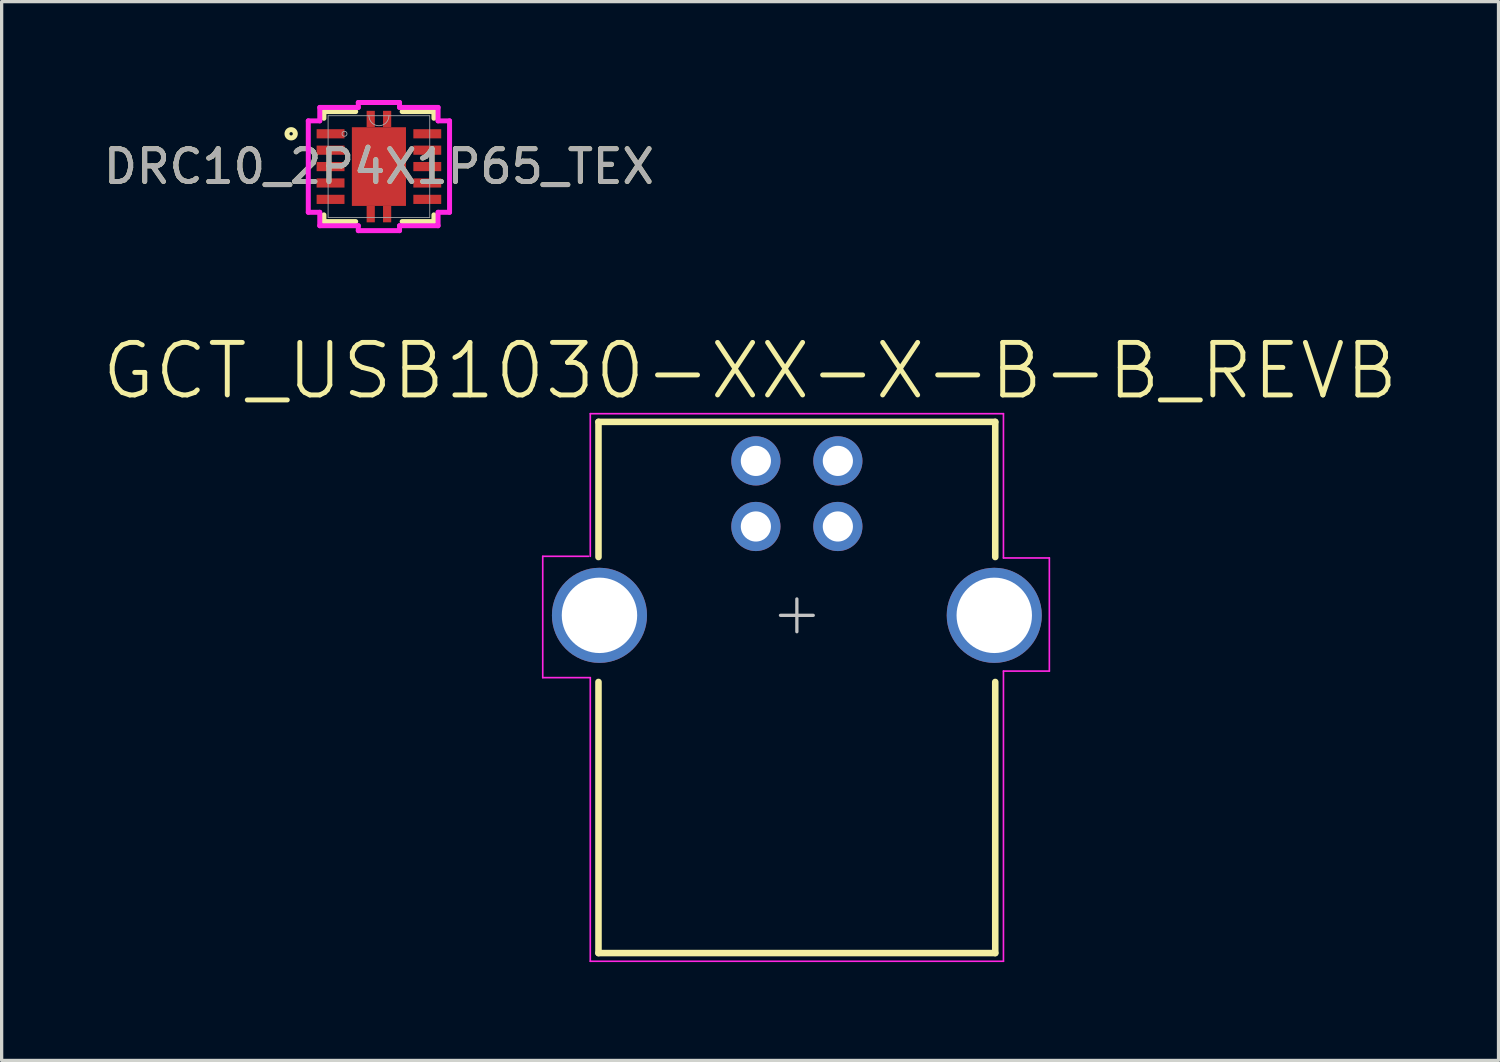
<source format=kicad_pcb>
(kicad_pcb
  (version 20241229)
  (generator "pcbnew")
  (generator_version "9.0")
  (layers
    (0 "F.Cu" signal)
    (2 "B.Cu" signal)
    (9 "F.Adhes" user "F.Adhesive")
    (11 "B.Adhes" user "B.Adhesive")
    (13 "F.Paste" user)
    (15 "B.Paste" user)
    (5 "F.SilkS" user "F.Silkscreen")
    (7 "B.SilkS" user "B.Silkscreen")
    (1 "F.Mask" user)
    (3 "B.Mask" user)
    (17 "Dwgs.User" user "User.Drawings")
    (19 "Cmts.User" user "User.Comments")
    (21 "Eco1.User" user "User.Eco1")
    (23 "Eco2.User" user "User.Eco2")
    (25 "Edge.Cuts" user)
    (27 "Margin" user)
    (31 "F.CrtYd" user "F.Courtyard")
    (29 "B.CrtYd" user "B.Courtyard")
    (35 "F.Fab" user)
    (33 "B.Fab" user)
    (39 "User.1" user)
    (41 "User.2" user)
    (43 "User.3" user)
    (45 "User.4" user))
  (footprint "GCT_USB1030-XX-X-B-B_REVB"
    (layer "F.Cu")
    (at 21.252 15.716)
    (property "Reference" "GCT_USB1030-XX-X-B-B_REVB" (at -1.427 -7.455 0) (layer "F.SilkS") (effects (font (size 1.602 1.602) (thickness 0.15))))
    (attr through_hole)
    (fp_line (start -6.05 -5.9) (end 6.05 -5.9) (stroke (width 0.2) (type solid)) (layer "F.SilkS"))
    (fp_line (start -6.05 -1.778) (end -6.05 -5.9) (stroke (width 0.2) (type solid)) (layer "F.SilkS"))
    (fp_line (start -6.05 10.3) (end -6.05 2.032) (stroke (width 0.2) (type solid)) (layer "F.SilkS"))
    (fp_line (start -6.05 10.3) (end 6.05 10.3) (stroke (width 0.2) (type solid)) (layer "F.SilkS"))
    (fp_line (start 6.05 -1.778) (end 6.05 -5.9) (stroke (width 0.2) (type solid)) (layer "F.SilkS"))
    (fp_line (start 6.05 10.3) (end 6.05 2.032) (stroke (width 0.2) (type solid)) (layer "F.SilkS"))
    (fp_line (start -0.5 0) (end 0.5 0) (stroke (width 0.1) (type solid)) (layer "Dwgs.User"))
    (fp_line (start 0 0.5) (end 0 -0.5) (stroke (width 0.1) (type solid)) (layer "Dwgs.User"))
    (fp_line (start -7.75 -1.8) (end -6.35 -1.8) (stroke (width 0.05) (type solid)) (layer "F.CrtYd"))
    (fp_line (start -7.75 1.9) (end -7.75 -1.8) (stroke (width 0.05) (type solid)) (layer "F.CrtYd"))
    (fp_line (start -7.75 1.9) (end -6.3 1.9) (stroke (width 0.05) (type solid)) (layer "F.CrtYd"))
    (fp_line (start -6.3 -6.15) (end 6.3 -6.15) (stroke (width 0.05) (type solid)) (layer "F.CrtYd"))
    (fp_line (start -6.3 -1.8) (end -6.3 -6.15) (stroke (width 0.05) (type solid)) (layer "F.CrtYd"))
    (fp_line (start -6.3 10.55) (end -6.3 1.9) (stroke (width 0.05) (type solid)) (layer "F.CrtYd"))
    (fp_line (start -6.3 10.55) (end 6.3 10.55) (stroke (width 0.05) (type solid)) (layer "F.CrtYd"))
    (fp_line (start 6.3 -1.75) (end 6.3 -6.15) (stroke (width 0.05) (type solid)) (layer "F.CrtYd"))
    (fp_line (start 6.3 -1.75) (end 7.7 -1.75) (stroke (width 0.05) (type solid)) (layer "F.CrtYd"))
    (fp_line (start 6.3 1.7) (end 7.7 1.7) (stroke (width 0.05) (type solid)) (layer "F.CrtYd"))
    (fp_line (start 6.3 10.55) (end 6.3 1.7) (stroke (width 0.05) (type solid)) (layer "F.CrtYd"))
    (fp_line (start 7.7 1.7) (end 7.7 -1.75) (stroke (width 0.05) (type solid)) (layer "F.CrtYd"))
    (pad "1" thru_hole circle (at 1.25 -4.71) (size 1.5 1.5) (drill 0.92) (layers "*.Cu" "*.Mask"))
    (pad "2" thru_hole circle (at -1.25 -4.71) (size 1.5 1.5) (drill 0.92) (layers "*.Cu" "*.Mask"))
    (pad "3" thru_hole circle (at -1.25 -2.71) (size 1.5 1.5) (drill 0.92) (layers "*.Cu" "*.Mask"))
    (pad "4" thru_hole circle (at 1.25 -2.71) (size 1.5 1.5) (drill 0.92) (layers "*.Cu" "*.Mask"))
    (pad "5" thru_hole circle (at -6.02 0) (size 2.9 2.9) (drill 2.3) (layers "*.Cu" "*.Mask"))
    (pad "6" thru_hole circle (at 6.02 0) (size 2.9 2.9) (drill 2.3) (layers "*.Cu" "*.Mask")))
  (footprint "DRC10_2P4X1P65_TEX"
    (layer "F.Cu")
    (at 8.506 2.03)
    (property "Reference" "DRC10_2P4X1P65_TEX" (at 0 0 0) (unlocked yes) (layer "F.SilkS") (effects (font (size 1 1) (thickness 0.15))))
    (attr smd)
    (fp_poly (pts (xy -0.125 -1.2) (xy -0.125 -1.7) (xy -0.375 -1.7) (xy -0.375 -1.2)) (stroke (width 0) (type solid)) (fill yes) (layer "F.Cu"))
    (fp_poly (pts (xy -0.125 1.2) (xy -0.125 1.7) (xy -0.375 1.7) (xy -0.375 1.2)) (stroke (width 0) (type solid)) (fill yes) (layer "F.Cu"))
    (fp_poly (pts (xy 0.125 -1.2) (xy 0.125 -1.7) (xy 0.375 -1.7) (xy 0.375 -1.2)) (stroke (width 0) (type solid)) (fill yes) (layer "F.Cu"))
    (fp_poly (pts (xy 0.125 1.2) (xy 0.125 1.7) (xy 0.375 1.7) (xy 0.375 1.2)) (stroke (width 0) (type solid)) (fill yes) (layer "F.Cu"))
    (fp_poly (pts (xy -0.125 -1.2) (xy -0.125 -1.7) (xy -0.375 -1.7) (xy -0.375 -1.2)) (stroke (width 0) (type solid)) (fill yes) (layer "F.Mask"))
    (fp_poly (pts (xy -0.125 1.2) (xy -0.125 1.7) (xy -0.375 1.7) (xy -0.375 1.2)) (stroke (width 0) (type solid)) (fill yes) (layer "F.Mask"))
    (fp_poly (pts (xy 0.125 -1.2) (xy 0.125 -1.7) (xy 0.375 -1.7) (xy 0.375 -1.2)) (stroke (width 0) (type solid)) (fill yes) (layer "F.Mask"))
    (fp_poly (pts (xy 0.125 1.2) (xy 0.125 1.7) (xy 0.375 1.7) (xy 0.375 1.2)) (stroke (width 0) (type solid)) (fill yes) (layer "F.Mask"))
    (fp_poly (pts (xy -0.895 -1.27) (xy -0.895 1.27) (xy -0.445 1.27) (xy -0.445 1.77) (xy -0.055 1.77) (xy -0.055 1.27) (xy 0.055 1.27) (xy 0.055 1.77) (xy 0.445 1.77) (xy 0.445 1.27) (xy 0.895 1.27) (xy 0.895 -1.27) (xy 0.445 -1.27) (xy 0.445 -1.77) (xy 0.055 -1.77) (xy 0.055 -1.333) (xy 0.055 -1.27) (xy -0.055 -1.27) (xy -0.055 -1.77) (xy -0.445 -1.77) (xy -0.445 -1.27)) (stroke (width 0) (type solid)) (fill yes) (layer "F.Mask"))
    (fp_line (start -1.677 -1.677) (end -1.677 -1.473) (stroke (width 0.152) (type solid)) (layer "F.SilkS"))
    (fp_line (start -1.677 1.473) (end -1.677 1.677) (stroke (width 0.152) (type solid)) (layer "F.SilkS"))
    (fp_line (start -1.677 1.677) (end -0.708 1.677) (stroke (width 0.152) (type solid)) (layer "F.SilkS"))
    (fp_line (start -0.708 -1.677) (end -1.677 -1.677) (stroke (width 0.152) (type solid)) (layer "F.SilkS"))
    (fp_line (start 0.708 1.677) (end 1.677 1.677) (stroke (width 0.152) (type solid)) (layer "F.SilkS"))
    (fp_line (start 1.677 -1.677) (end 0.708 -1.677) (stroke (width 0.152) (type solid)) (layer "F.SilkS"))
    (fp_line (start 1.677 -1.473) (end 1.677 -1.677) (stroke (width 0.152) (type solid)) (layer "F.SilkS"))
    (fp_line (start 1.677 1.677) (end 1.677 1.473) (stroke (width 0.152) (type solid)) (layer "F.SilkS"))
    (fp_circle (center -2.677 -1) (end -2.55 -1) (stroke (width 0.152) (type solid)) (fill no) (layer "F.SilkS"))
    (fp_poly (pts (xy -0.375 -1.7) (xy -0.125 -1.7) (xy -0.125 -1.2) (xy 0.125 -1.2) (xy 0.125 -1.7) (xy 0.375 -1.7) (xy 0.375 -1.2) (xy 0.825 -1.2) (xy 0.825 1.2) (xy 0.375 1.2) (xy 0.375 1.7) (xy 0.125 1.7) (xy 0.125 1.2) (xy -0.125 1.2) (xy -0.125 1.7) (xy -0.375 1.7) (xy -0.375 1.2) (xy -0.825 1.2) (xy -0.825 -1.2) (xy -0.375 -1.2)) (stroke (width 0) (type solid)) (fill yes) (layer "F.Paste"))
    (fp_line (start -2.154 -1.394) (end -2.154 1.394) (stroke (width 0.152) (type solid)) (layer "F.CrtYd"))
    (fp_line (start -2.154 1.394) (end -1.804 1.394) (stroke (width 0.152) (type solid)) (layer "F.CrtYd"))
    (fp_line (start -1.804 -1.804) (end -1.804 -1.394) (stroke (width 0.152) (type solid)) (layer "F.CrtYd"))
    (fp_line (start -1.804 -1.394) (end -2.154 -1.394) (stroke (width 0.152) (type solid)) (layer "F.CrtYd"))
    (fp_line (start -1.804 1.394) (end -1.804 1.804) (stroke (width 0.152) (type solid)) (layer "F.CrtYd"))
    (fp_line (start -1.804 1.804) (end -0.629 1.804) (stroke (width 0.152) (type solid)) (layer "F.CrtYd"))
    (fp_line (start -0.629 -1.954) (end -0.629 -1.804) (stroke (width 0.152) (type solid)) (layer "F.CrtYd"))
    (fp_line (start -0.629 -1.804) (end -1.804 -1.804) (stroke (width 0.152) (type solid)) (layer "F.CrtYd"))
    (fp_line (start -0.629 1.804) (end -0.629 1.954) (stroke (width 0.152) (type solid)) (layer "F.CrtYd"))
    (fp_line (start -0.629 1.954) (end 0.629 1.954) (stroke (width 0.152) (type solid)) (layer "F.CrtYd"))
    (fp_line (start 0.629 -1.954) (end -0.629 -1.954) (stroke (width 0.152) (type solid)) (layer "F.CrtYd"))
    (fp_line (start 0.629 -1.804) (end 0.629 -1.954) (stroke (width 0.152) (type solid)) (layer "F.CrtYd"))
    (fp_line (start 0.629 1.804) (end 1.804 1.804) (stroke (width 0.152) (type solid)) (layer "F.CrtYd"))
    (fp_line (start 0.629 1.954) (end 0.629 1.804) (stroke (width 0.152) (type solid)) (layer "F.CrtYd"))
    (fp_line (start 1.804 -1.804) (end 0.629 -1.804) (stroke (width 0.152) (type solid)) (layer "F.CrtYd"))
    (fp_line (start 1.804 -1.394) (end 1.804 -1.804) (stroke (width 0.152) (type solid)) (layer "F.CrtYd"))
    (fp_line (start 1.804 1.394) (end 2.154 1.394) (stroke (width 0.152) (type solid)) (layer "F.CrtYd"))
    (fp_line (start 1.804 1.804) (end 1.804 1.394) (stroke (width 0.152) (type solid)) (layer "F.CrtYd"))
    (fp_line (start 2.154 -1.394) (end 1.804 -1.394) (stroke (width 0.152) (type solid)) (layer "F.CrtYd"))
    (fp_line (start 2.154 1.394) (end 2.154 -1.394) (stroke (width 0.152) (type solid)) (layer "F.CrtYd"))
    (fp_line (start -1.55 -1.55) (end -1.55 1.55) (stroke (width 0.025) (type solid)) (layer "F.Fab"))
    (fp_line (start -1.55 1.55) (end 1.55 1.55) (stroke (width 0.025) (type solid)) (layer "F.Fab"))
    (fp_line (start 1.55 -1.55) (end -1.55 -1.55) (stroke (width 0.025) (type solid)) (layer "F.Fab"))
    (fp_line (start 1.55 1.55) (end 1.55 -1.55) (stroke (width 0.025) (type solid)) (layer "F.Fab"))
    (fp_arc (start 0.3048 -1.549999) (mid 0 -1.245199) (end -0.3048 -1.549999) (stroke (width 0.0254) (type solid)) (layer "F.Fab"))
    (fp_circle (center -1.05 -1) (end -0.974 -1) (stroke (width 0.025) (type solid)) (fill no) (layer "F.Fab"))
    (fp_text user "${REFERENCE}" (at 0 0 0) (unlocked yes) (layer "F.Fab") (effects (font (size 1 1) (thickness 0.15))))
    (pad "1" smd rect (at -1.475 -1) (size 0.85 0.28) (layers "F.Cu" "F.Mask" "F.Paste"))
    (pad "2" smd rect (at -1.475 -0.5) (size 0.85 0.28) (layers "F.Cu" "F.Mask" "F.Paste"))
    (pad "3" smd rect (at -1.475 0) (size 0.85 0.28) (layers "F.Cu" "F.Mask" "F.Paste"))
    (pad "4" smd rect (at -1.475 0.5) (size 0.85 0.28) (layers "F.Cu" "F.Mask" "F.Paste"))
    (pad "5" smd rect (at -1.475 1) (size 0.85 0.28) (layers "F.Cu" "F.Mask" "F.Paste"))
    (pad "6" smd rect (at 1.475 1) (size 0.85 0.28) (layers "F.Cu" "F.Mask" "F.Paste"))
    (pad "7" smd rect (at 1.475 0.5) (size 0.85 0.28) (layers "F.Cu" "F.Mask" "F.Paste"))
    (pad "8" smd rect (at 1.475 0) (size 0.85 0.28) (layers "F.Cu" "F.Mask" "F.Paste"))
    (pad "9" smd rect (at 1.475 -0.5) (size 0.85 0.28) (layers "F.Cu" "F.Mask" "F.Paste"))
    (pad "10" smd rect (at 1.475 -1) (size 0.85 0.28) (layers "F.Cu" "F.Mask" "F.Paste"))
    (pad "11" smd rect (at 0 0) (size 1.65 2.4) (layers "F.Cu")))
  (gr_rect
    (start -3 -3)
    (end 42.65 29.291)
    (stroke (width 0.1) (type default))
    (fill no)
    (layer "Edge.Cuts")))
</source>
